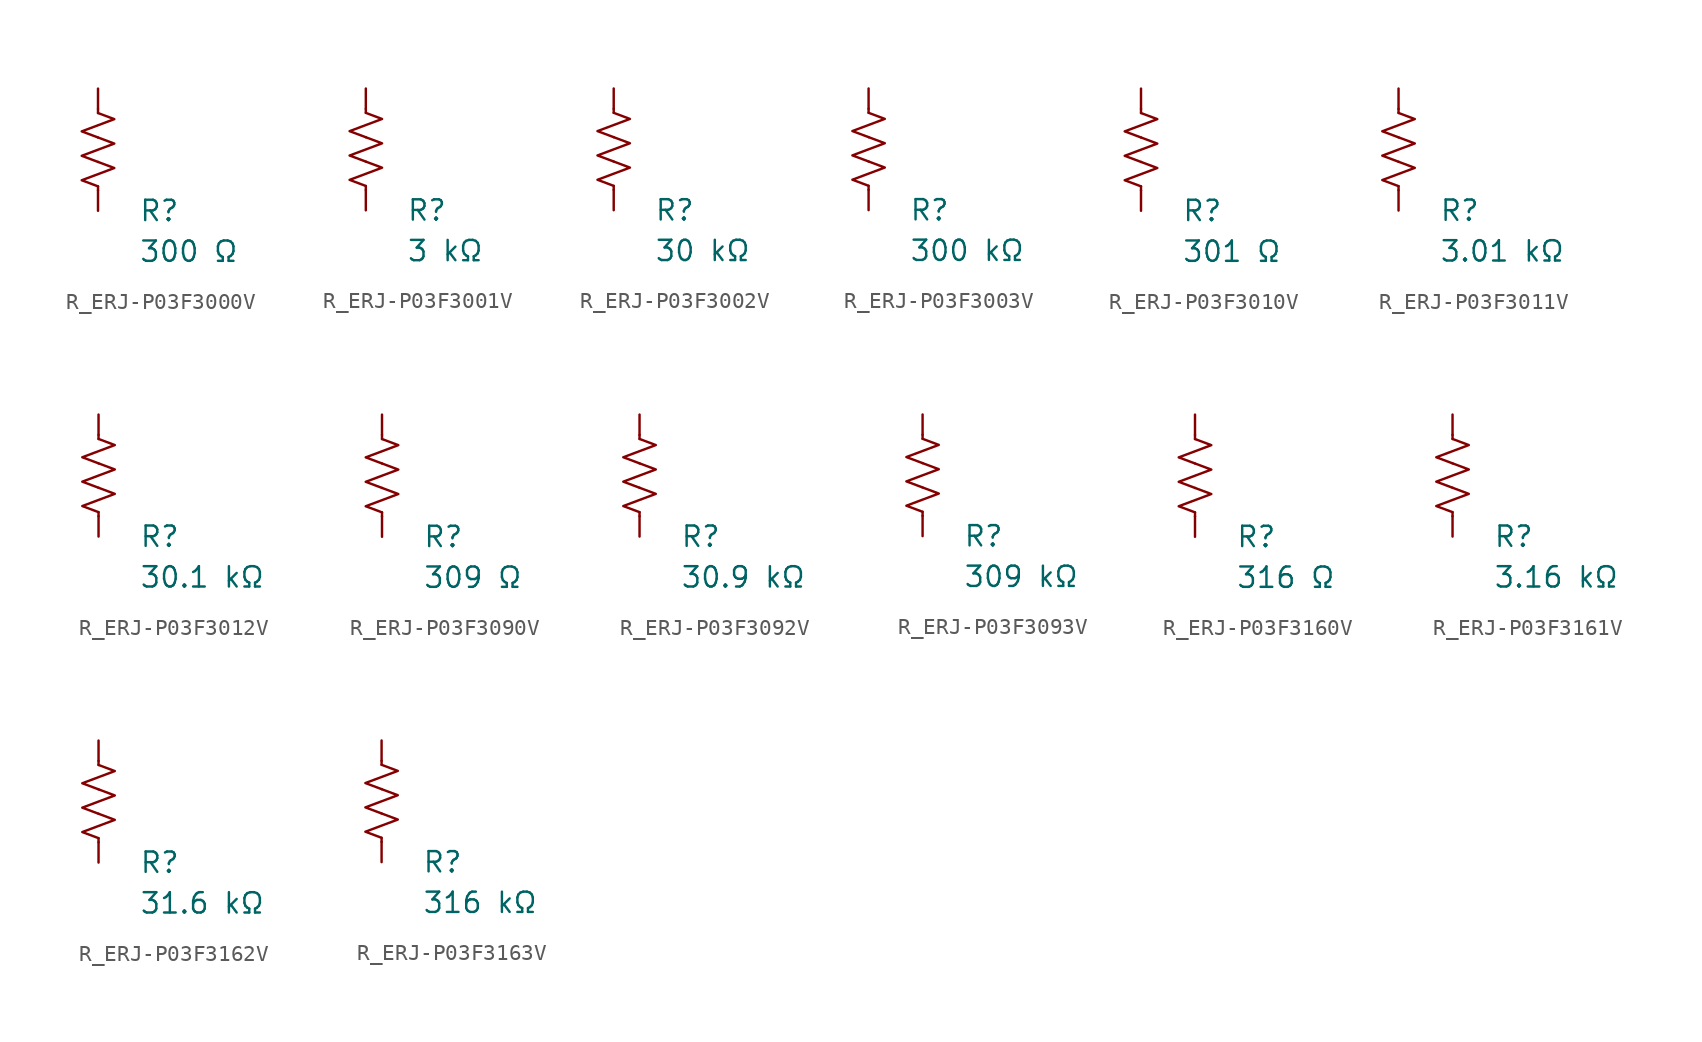
<source format=kicad_sym>
(kicad_symbol_lib
  (version 20231120)
  (generator "kicad_symbol_editor")
  (generator_version "8.0")
  (symbol "R_ERJ-P03F3000V"
    (pin_numbers hide)
    (pin_names
      (offset 0))
    (property "Reference" "R"
      (at 2.54 -3.81 0)
      (effects (font (size 1.27 1.27)) (justify left))
      (show_name no))
    (property "Value" "300 Ω"
      (at 2.54 -6.35 0)
      (effects (font (size 1.27 1.27)) (justify left))
      (show_name no))
    (symbol "R_ERJ-P03F3000V_0_1"
      (polyline (pts (xy 0 -2.286) (xy 0 -2.54)) (stroke (width 0) (type default)) (fill (type none)))
      (polyline (pts (xy 0 2.286) (xy 0 2.54)) (stroke (width 0) (type default)) (fill (type none)))
      (polyline (pts (xy 0 -0.762) (xy 1.016 -1.143) (xy 0 -1.524) (xy -1.016 -1.905) (xy 0 -2.286)) (stroke (width 0) (type default)) (fill (type none)))
      (polyline (pts (xy 0 0.762) (xy 1.016 0.381) (xy 0 0) (xy -1.016 -0.381) (xy 0 -0.762)) (stroke (width 0) (type default)) (fill (type none)))
      (polyline (pts (xy 0 2.286) (xy 1.016 1.905) (xy 0 1.524) (xy -1.016 1.143) (xy 0 0.762)) (stroke (width 0) (type default)) (fill (type none))))
    (symbol "R_ERJ-P03F3000V_1_1"
      (pin passive line (at 0 3.81 270) (length 1.27) (name "~" (effects (font (size 1.27 1.27)))) (number "1" (effects (font (size 1.27 1.27)))))
      (pin passive line (at 0 -3.81 90) (length 1.27) (name "~" (effects (font (size 1.27 1.27)))) (number "2" (effects (font (size 1.27 1.27)))))))
  (symbol "R_ERJ-P03F3001V"
    (pin_numbers hide)
    (pin_names
      (offset 0))
    (property "Reference" "R"
      (at 2.54 -3.81 0)
      (effects (font (size 1.27 1.27)) (justify left))
      (show_name no))
    (property "Value" "3 kΩ"
      (at 2.54 -6.35 0)
      (effects (font (size 1.27 1.27)) (justify left))
      (show_name no))
    (symbol "R_ERJ-P03F3001V_0_1"
      (polyline (pts (xy 0 -2.286) (xy 0 -2.54)) (stroke (width 0) (type default)) (fill (type none)))
      (polyline (pts (xy 0 2.286) (xy 0 2.54)) (stroke (width 0) (type default)) (fill (type none)))
      (polyline (pts (xy 0 -0.762) (xy 1.016 -1.143) (xy 0 -1.524) (xy -1.016 -1.905) (xy 0 -2.286)) (stroke (width 0) (type default)) (fill (type none)))
      (polyline (pts (xy 0 0.762) (xy 1.016 0.381) (xy 0 0) (xy -1.016 -0.381) (xy 0 -0.762)) (stroke (width 0) (type default)) (fill (type none)))
      (polyline (pts (xy 0 2.286) (xy 1.016 1.905) (xy 0 1.524) (xy -1.016 1.143) (xy 0 0.762)) (stroke (width 0) (type default)) (fill (type none))))
    (symbol "R_ERJ-P03F3001V_1_1"
      (pin passive line (at 0 3.81 270) (length 1.27) (name "~" (effects (font (size 1.27 1.27)))) (number "1" (effects (font (size 1.27 1.27)))))
      (pin passive line (at 0 -3.81 90) (length 1.27) (name "~" (effects (font (size 1.27 1.27)))) (number "2" (effects (font (size 1.27 1.27)))))))
  (symbol "R_ERJ-P03F3002V"
    (pin_numbers hide)
    (pin_names
      (offset 0))
    (property "Reference" "R"
      (at 2.54 -3.81 0)
      (effects (font (size 1.27 1.27)) (justify left))
      (show_name no))
    (property "Value" "30 kΩ"
      (at 2.54 -6.35 0)
      (effects (font (size 1.27 1.27)) (justify left))
      (show_name no))
    (symbol "R_ERJ-P03F3002V_0_1"
      (polyline (pts (xy 0 -2.286) (xy 0 -2.54)) (stroke (width 0) (type default)) (fill (type none)))
      (polyline (pts (xy 0 2.286) (xy 0 2.54)) (stroke (width 0) (type default)) (fill (type none)))
      (polyline (pts (xy 0 -0.762) (xy 1.016 -1.143) (xy 0 -1.524) (xy -1.016 -1.905) (xy 0 -2.286)) (stroke (width 0) (type default)) (fill (type none)))
      (polyline (pts (xy 0 0.762) (xy 1.016 0.381) (xy 0 0) (xy -1.016 -0.381) (xy 0 -0.762)) (stroke (width 0) (type default)) (fill (type none)))
      (polyline (pts (xy 0 2.286) (xy 1.016 1.905) (xy 0 1.524) (xy -1.016 1.143) (xy 0 0.762)) (stroke (width 0) (type default)) (fill (type none))))
    (symbol "R_ERJ-P03F3002V_1_1"
      (pin passive line (at 0 3.81 270) (length 1.27) (name "~" (effects (font (size 1.27 1.27)))) (number "1" (effects (font (size 1.27 1.27)))))
      (pin passive line (at 0 -3.81 90) (length 1.27) (name "~" (effects (font (size 1.27 1.27)))) (number "2" (effects (font (size 1.27 1.27)))))))
  (symbol "R_ERJ-P03F3003V"
    (pin_numbers hide)
    (pin_names
      (offset 0))
    (property "Reference" "R"
      (at 2.54 -3.81 0)
      (effects (font (size 1.27 1.27)) (justify left))
      (show_name no))
    (property "Value" "300 kΩ"
      (at 2.54 -6.35 0)
      (effects (font (size 1.27 1.27)) (justify left))
      (show_name no))
    (symbol "R_ERJ-P03F3003V_0_1"
      (polyline (pts (xy 0 -2.286) (xy 0 -2.54)) (stroke (width 0) (type default)) (fill (type none)))
      (polyline (pts (xy 0 2.286) (xy 0 2.54)) (stroke (width 0) (type default)) (fill (type none)))
      (polyline (pts (xy 0 -0.762) (xy 1.016 -1.143) (xy 0 -1.524) (xy -1.016 -1.905) (xy 0 -2.286)) (stroke (width 0) (type default)) (fill (type none)))
      (polyline (pts (xy 0 0.762) (xy 1.016 0.381) (xy 0 0) (xy -1.016 -0.381) (xy 0 -0.762)) (stroke (width 0) (type default)) (fill (type none)))
      (polyline (pts (xy 0 2.286) (xy 1.016 1.905) (xy 0 1.524) (xy -1.016 1.143) (xy 0 0.762)) (stroke (width 0) (type default)) (fill (type none))))
    (symbol "R_ERJ-P03F3003V_1_1"
      (pin passive line (at 0 3.81 270) (length 1.27) (name "~" (effects (font (size 1.27 1.27)))) (number "1" (effects (font (size 1.27 1.27)))))
      (pin passive line (at 0 -3.81 90) (length 1.27) (name "~" (effects (font (size 1.27 1.27)))) (number "2" (effects (font (size 1.27 1.27)))))))
  (symbol "R_ERJ-P03F3010V"
    (pin_numbers hide)
    (pin_names
      (offset 0))
    (property "Reference" "R"
      (at 2.54 -3.81 0)
      (effects (font (size 1.27 1.27)) (justify left))
      (show_name no))
    (property "Value" "301 Ω"
      (at 2.54 -6.35 0)
      (effects (font (size 1.27 1.27)) (justify left))
      (show_name no))
    (symbol "R_ERJ-P03F3010V_0_1"
      (polyline (pts (xy 0 -2.286) (xy 0 -2.54)) (stroke (width 0) (type default)) (fill (type none)))
      (polyline (pts (xy 0 2.286) (xy 0 2.54)) (stroke (width 0) (type default)) (fill (type none)))
      (polyline (pts (xy 0 -0.762) (xy 1.016 -1.143) (xy 0 -1.524) (xy -1.016 -1.905) (xy 0 -2.286)) (stroke (width 0) (type default)) (fill (type none)))
      (polyline (pts (xy 0 0.762) (xy 1.016 0.381) (xy 0 0) (xy -1.016 -0.381) (xy 0 -0.762)) (stroke (width 0) (type default)) (fill (type none)))
      (polyline (pts (xy 0 2.286) (xy 1.016 1.905) (xy 0 1.524) (xy -1.016 1.143) (xy 0 0.762)) (stroke (width 0) (type default)) (fill (type none))))
    (symbol "R_ERJ-P03F3010V_1_1"
      (pin passive line (at 0 3.81 270) (length 1.27) (name "~" (effects (font (size 1.27 1.27)))) (number "1" (effects (font (size 1.27 1.27)))))
      (pin passive line (at 0 -3.81 90) (length 1.27) (name "~" (effects (font (size 1.27 1.27)))) (number "2" (effects (font (size 1.27 1.27)))))))
  (symbol "R_ERJ-P03F3011V"
    (pin_numbers hide)
    (pin_names
      (offset 0))
    (property "Reference" "R"
      (at 2.54 -3.81 0)
      (effects (font (size 1.27 1.27)) (justify left))
      (show_name no))
    (property "Value" "3.01 kΩ"
      (at 2.54 -6.35 0)
      (effects (font (size 1.27 1.27)) (justify left))
      (show_name no))
    (symbol "R_ERJ-P03F3011V_0_1"
      (polyline (pts (xy 0 -2.286) (xy 0 -2.54)) (stroke (width 0) (type default)) (fill (type none)))
      (polyline (pts (xy 0 2.286) (xy 0 2.54)) (stroke (width 0) (type default)) (fill (type none)))
      (polyline (pts (xy 0 -0.762) (xy 1.016 -1.143) (xy 0 -1.524) (xy -1.016 -1.905) (xy 0 -2.286)) (stroke (width 0) (type default)) (fill (type none)))
      (polyline (pts (xy 0 0.762) (xy 1.016 0.381) (xy 0 0) (xy -1.016 -0.381) (xy 0 -0.762)) (stroke (width 0) (type default)) (fill (type none)))
      (polyline (pts (xy 0 2.286) (xy 1.016 1.905) (xy 0 1.524) (xy -1.016 1.143) (xy 0 0.762)) (stroke (width 0) (type default)) (fill (type none))))
    (symbol "R_ERJ-P03F3011V_1_1"
      (pin passive line (at 0 3.81 270) (length 1.27) (name "~" (effects (font (size 1.27 1.27)))) (number "1" (effects (font (size 1.27 1.27)))))
      (pin passive line (at 0 -3.81 90) (length 1.27) (name "~" (effects (font (size 1.27 1.27)))) (number "2" (effects (font (size 1.27 1.27)))))))
  (symbol "R_ERJ-P03F3012V"
    (pin_numbers hide)
    (pin_names
      (offset 0))
    (property "Reference" "R"
      (at 2.54 -3.81 0)
      (effects (font (size 1.27 1.27)) (justify left))
      (show_name no))
    (property "Value" "30.1 kΩ"
      (at 2.54 -6.35 0)
      (effects (font (size 1.27 1.27)) (justify left))
      (show_name no))
    (symbol "R_ERJ-P03F3012V_0_1"
      (polyline (pts (xy 0 -2.286) (xy 0 -2.54)) (stroke (width 0) (type default)) (fill (type none)))
      (polyline (pts (xy 0 2.286) (xy 0 2.54)) (stroke (width 0) (type default)) (fill (type none)))
      (polyline (pts (xy 0 -0.762) (xy 1.016 -1.143) (xy 0 -1.524) (xy -1.016 -1.905) (xy 0 -2.286)) (stroke (width 0) (type default)) (fill (type none)))
      (polyline (pts (xy 0 0.762) (xy 1.016 0.381) (xy 0 0) (xy -1.016 -0.381) (xy 0 -0.762)) (stroke (width 0) (type default)) (fill (type none)))
      (polyline (pts (xy 0 2.286) (xy 1.016 1.905) (xy 0 1.524) (xy -1.016 1.143) (xy 0 0.762)) (stroke (width 0) (type default)) (fill (type none))))
    (symbol "R_ERJ-P03F3012V_1_1"
      (pin passive line (at 0 3.81 270) (length 1.27) (name "~" (effects (font (size 1.27 1.27)))) (number "1" (effects (font (size 1.27 1.27)))))
      (pin passive line (at 0 -3.81 90) (length 1.27) (name "~" (effects (font (size 1.27 1.27)))) (number "2" (effects (font (size 1.27 1.27)))))))
  (symbol "R_ERJ-P03F3090V"
    (pin_numbers hide)
    (pin_names
      (offset 0))
    (property "Reference" "R"
      (at 2.54 -3.81 0)
      (effects (font (size 1.27 1.27)) (justify left))
      (show_name no))
    (property "Value" "309 Ω"
      (at 2.54 -6.35 0)
      (effects (font (size 1.27 1.27)) (justify left))
      (show_name no))
    (symbol "R_ERJ-P03F3090V_0_1"
      (polyline (pts (xy 0 -2.286) (xy 0 -2.54)) (stroke (width 0) (type default)) (fill (type none)))
      (polyline (pts (xy 0 2.286) (xy 0 2.54)) (stroke (width 0) (type default)) (fill (type none)))
      (polyline (pts (xy 0 -0.762) (xy 1.016 -1.143) (xy 0 -1.524) (xy -1.016 -1.905) (xy 0 -2.286)) (stroke (width 0) (type default)) (fill (type none)))
      (polyline (pts (xy 0 0.762) (xy 1.016 0.381) (xy 0 0) (xy -1.016 -0.381) (xy 0 -0.762)) (stroke (width 0) (type default)) (fill (type none)))
      (polyline (pts (xy 0 2.286) (xy 1.016 1.905) (xy 0 1.524) (xy -1.016 1.143) (xy 0 0.762)) (stroke (width 0) (type default)) (fill (type none))))
    (symbol "R_ERJ-P03F3090V_1_1"
      (pin passive line (at 0 3.81 270) (length 1.27) (name "~" (effects (font (size 1.27 1.27)))) (number "1" (effects (font (size 1.27 1.27)))))
      (pin passive line (at 0 -3.81 90) (length 1.27) (name "~" (effects (font (size 1.27 1.27)))) (number "2" (effects (font (size 1.27 1.27)))))))
  (symbol "R_ERJ-P03F3092V"
    (pin_numbers hide)
    (pin_names
      (offset 0))
    (property "Reference" "R"
      (at 2.54 -3.81 0)
      (effects (font (size 1.27 1.27)) (justify left))
      (show_name no))
    (property "Value" "30.9 kΩ"
      (at 2.54 -6.35 0)
      (effects (font (size 1.27 1.27)) (justify left))
      (show_name no))
    (symbol "R_ERJ-P03F3092V_0_1"
      (polyline (pts (xy 0 -2.286) (xy 0 -2.54)) (stroke (width 0) (type default)) (fill (type none)))
      (polyline (pts (xy 0 2.286) (xy 0 2.54)) (stroke (width 0) (type default)) (fill (type none)))
      (polyline (pts (xy 0 -0.762) (xy 1.016 -1.143) (xy 0 -1.524) (xy -1.016 -1.905) (xy 0 -2.286)) (stroke (width 0) (type default)) (fill (type none)))
      (polyline (pts (xy 0 0.762) (xy 1.016 0.381) (xy 0 0) (xy -1.016 -0.381) (xy 0 -0.762)) (stroke (width 0) (type default)) (fill (type none)))
      (polyline (pts (xy 0 2.286) (xy 1.016 1.905) (xy 0 1.524) (xy -1.016 1.143) (xy 0 0.762)) (stroke (width 0) (type default)) (fill (type none))))
    (symbol "R_ERJ-P03F3092V_1_1"
      (pin passive line (at 0 3.81 270) (length 1.27) (name "~" (effects (font (size 1.27 1.27)))) (number "1" (effects (font (size 1.27 1.27)))))
      (pin passive line (at 0 -3.81 90) (length 1.27) (name "~" (effects (font (size 1.27 1.27)))) (number "2" (effects (font (size 1.27 1.27)))))))
  (symbol "R_ERJ-P03F3093V"
    (pin_numbers hide)
    (pin_names
      (offset 0))
    (property "Reference" "R"
      (at 2.54 -3.81 0)
      (effects (font (size 1.27 1.27)) (justify left))
      (show_name no))
    (property "Value" "309 kΩ"
      (at 2.54 -6.35 0)
      (effects (font (size 1.27 1.27)) (justify left))
      (show_name no))
    (symbol "R_ERJ-P03F3093V_0_1"
      (polyline (pts (xy 0 -2.286) (xy 0 -2.54)) (stroke (width 0) (type default)) (fill (type none)))
      (polyline (pts (xy 0 2.286) (xy 0 2.54)) (stroke (width 0) (type default)) (fill (type none)))
      (polyline (pts (xy 0 -0.762) (xy 1.016 -1.143) (xy 0 -1.524) (xy -1.016 -1.905) (xy 0 -2.286)) (stroke (width 0) (type default)) (fill (type none)))
      (polyline (pts (xy 0 0.762) (xy 1.016 0.381) (xy 0 0) (xy -1.016 -0.381) (xy 0 -0.762)) (stroke (width 0) (type default)) (fill (type none)))
      (polyline (pts (xy 0 2.286) (xy 1.016 1.905) (xy 0 1.524) (xy -1.016 1.143) (xy 0 0.762)) (stroke (width 0) (type default)) (fill (type none))))
    (symbol "R_ERJ-P03F3093V_1_1"
      (pin passive line (at 0 3.81 270) (length 1.27) (name "~" (effects (font (size 1.27 1.27)))) (number "1" (effects (font (size 1.27 1.27)))))
      (pin passive line (at 0 -3.81 90) (length 1.27) (name "~" (effects (font (size 1.27 1.27)))) (number "2" (effects (font (size 1.27 1.27)))))))
  (symbol "R_ERJ-P03F3160V"
    (pin_numbers hide)
    (pin_names
      (offset 0))
    (property "Reference" "R"
      (at 2.54 -3.81 0)
      (effects (font (size 1.27 1.27)) (justify left))
      (show_name no))
    (property "Value" "316 Ω"
      (at 2.54 -6.35 0)
      (effects (font (size 1.27 1.27)) (justify left))
      (show_name no))
    (symbol "R_ERJ-P03F3160V_0_1"
      (polyline (pts (xy 0 -2.286) (xy 0 -2.54)) (stroke (width 0) (type default)) (fill (type none)))
      (polyline (pts (xy 0 2.286) (xy 0 2.54)) (stroke (width 0) (type default)) (fill (type none)))
      (polyline (pts (xy 0 -0.762) (xy 1.016 -1.143) (xy 0 -1.524) (xy -1.016 -1.905) (xy 0 -2.286)) (stroke (width 0) (type default)) (fill (type none)))
      (polyline (pts (xy 0 0.762) (xy 1.016 0.381) (xy 0 0) (xy -1.016 -0.381) (xy 0 -0.762)) (stroke (width 0) (type default)) (fill (type none)))
      (polyline (pts (xy 0 2.286) (xy 1.016 1.905) (xy 0 1.524) (xy -1.016 1.143) (xy 0 0.762)) (stroke (width 0) (type default)) (fill (type none))))
    (symbol "R_ERJ-P03F3160V_1_1"
      (pin passive line (at 0 3.81 270) (length 1.27) (name "~" (effects (font (size 1.27 1.27)))) (number "1" (effects (font (size 1.27 1.27)))))
      (pin passive line (at 0 -3.81 90) (length 1.27) (name "~" (effects (font (size 1.27 1.27)))) (number "2" (effects (font (size 1.27 1.27)))))))
  (symbol "R_ERJ-P03F3161V"
    (pin_numbers hide)
    (pin_names
      (offset 0))
    (property "Reference" "R"
      (at 2.54 -3.81 0)
      (effects (font (size 1.27 1.27)) (justify left))
      (show_name no))
    (property "Value" "3.16 kΩ"
      (at 2.54 -6.35 0)
      (effects (font (size 1.27 1.27)) (justify left))
      (show_name no))
    (symbol "R_ERJ-P03F3161V_0_1"
      (polyline (pts (xy 0 -2.286) (xy 0 -2.54)) (stroke (width 0) (type default)) (fill (type none)))
      (polyline (pts (xy 0 2.286) (xy 0 2.54)) (stroke (width 0) (type default)) (fill (type none)))
      (polyline (pts (xy 0 -0.762) (xy 1.016 -1.143) (xy 0 -1.524) (xy -1.016 -1.905) (xy 0 -2.286)) (stroke (width 0) (type default)) (fill (type none)))
      (polyline (pts (xy 0 0.762) (xy 1.016 0.381) (xy 0 0) (xy -1.016 -0.381) (xy 0 -0.762)) (stroke (width 0) (type default)) (fill (type none)))
      (polyline (pts (xy 0 2.286) (xy 1.016 1.905) (xy 0 1.524) (xy -1.016 1.143) (xy 0 0.762)) (stroke (width 0) (type default)) (fill (type none))))
    (symbol "R_ERJ-P03F3161V_1_1"
      (pin passive line (at 0 3.81 270) (length 1.27) (name "~" (effects (font (size 1.27 1.27)))) (number "1" (effects (font (size 1.27 1.27)))))
      (pin passive line (at 0 -3.81 90) (length 1.27) (name "~" (effects (font (size 1.27 1.27)))) (number "2" (effects (font (size 1.27 1.27)))))))
  (symbol "R_ERJ-P03F3162V"
    (pin_numbers hide)
    (pin_names
      (offset 0))
    (property "Reference" "R"
      (at 2.54 -3.81 0)
      (effects (font (size 1.27 1.27)) (justify left))
      (show_name no))
    (property "Value" "31.6 kΩ"
      (at 2.54 -6.35 0)
      (effects (font (size 1.27 1.27)) (justify left))
      (show_name no))
    (symbol "R_ERJ-P03F3162V_0_1"
      (polyline (pts (xy 0 -2.286) (xy 0 -2.54)) (stroke (width 0) (type default)) (fill (type none)))
      (polyline (pts (xy 0 2.286) (xy 0 2.54)) (stroke (width 0) (type default)) (fill (type none)))
      (polyline (pts (xy 0 -0.762) (xy 1.016 -1.143) (xy 0 -1.524) (xy -1.016 -1.905) (xy 0 -2.286)) (stroke (width 0) (type default)) (fill (type none)))
      (polyline (pts (xy 0 0.762) (xy 1.016 0.381) (xy 0 0) (xy -1.016 -0.381) (xy 0 -0.762)) (stroke (width 0) (type default)) (fill (type none)))
      (polyline (pts (xy 0 2.286) (xy 1.016 1.905) (xy 0 1.524) (xy -1.016 1.143) (xy 0 0.762)) (stroke (width 0) (type default)) (fill (type none))))
    (symbol "R_ERJ-P03F3162V_1_1"
      (pin passive line (at 0 3.81 270) (length 1.27) (name "~" (effects (font (size 1.27 1.27)))) (number "1" (effects (font (size 1.27 1.27)))))
      (pin passive line (at 0 -3.81 90) (length 1.27) (name "~" (effects (font (size 1.27 1.27)))) (number "2" (effects (font (size 1.27 1.27)))))))
  (symbol "R_ERJ-P03F3163V"
    (pin_numbers hide)
    (pin_names
      (offset 0))
    (property "Reference" "R"
      (at 2.54 -3.81 0)
      (effects (font (size 1.27 1.27)) (justify left))
      (show_name no))
    (property "Value" "316 kΩ"
      (at 2.54 -6.35 0)
      (effects (font (size 1.27 1.27)) (justify left))
      (show_name no))
    (symbol "R_ERJ-P03F3163V_0_1"
      (polyline (pts (xy 0 -2.286) (xy 0 -2.54)) (stroke (width 0) (type default)) (fill (type none)))
      (polyline (pts (xy 0 2.286) (xy 0 2.54)) (stroke (width 0) (type default)) (fill (type none)))
      (polyline (pts (xy 0 -0.762) (xy 1.016 -1.143) (xy 0 -1.524) (xy -1.016 -1.905) (xy 0 -2.286)) (stroke (width 0) (type default)) (fill (type none)))
      (polyline (pts (xy 0 0.762) (xy 1.016 0.381) (xy 0 0) (xy -1.016 -0.381) (xy 0 -0.762)) (stroke (width 0) (type default)) (fill (type none)))
      (polyline (pts (xy 0 2.286) (xy 1.016 1.905) (xy 0 1.524) (xy -1.016 1.143) (xy 0 0.762)) (stroke (width 0) (type default)) (fill (type none))))
    (symbol "R_ERJ-P03F3163V_1_1"
      (pin passive line (at 0 3.81 270) (length 1.27) (name "~" (effects (font (size 1.27 1.27)))) (number "1" (effects (font (size 1.27 1.27)))))
      (pin passive line (at 0 -3.81 90) (length 1.27) (name "~" (effects (font (size 1.27 1.27)))) (number "2" (effects (font (size 1.27 1.27))))))))
</source>
